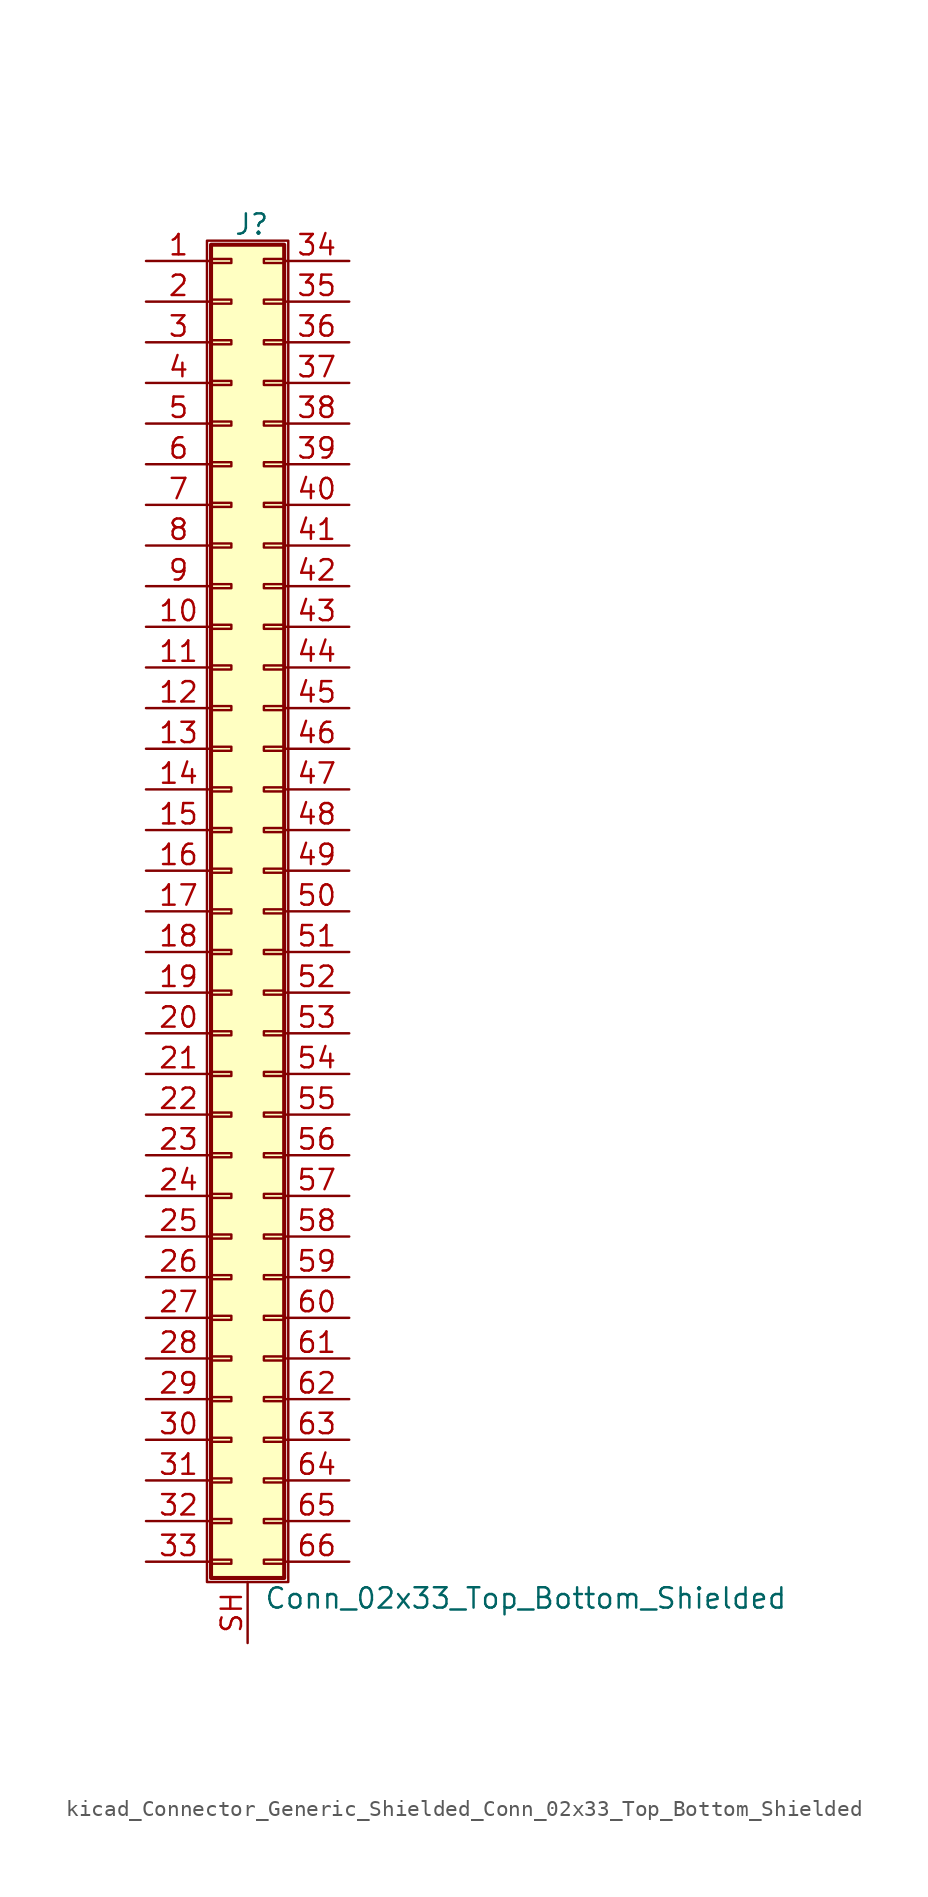
<source format=kicad_sym>
(kicad_symbol_lib
  (version 20220914)
  (generator kicad_symbol_editor)
  (symbol "kicad_Connector_Generic_Shielded_Conn_02x33_Top_Bottom_Shielded"
    (pin_names
      (offset 1.016) hide)
    (property "Reference" "J"
      (at 1.524 42.926 0)
      (effects (font (size 1.27 1.27))))
    (property "Value" "Conn_02x33_Top_Bottom_Shielded"
      (at 2.286 -42.926 0)
      (effects (font (size 1.27 1.27)) (justify left)))
    (symbol "kicad_Connector_Generic_Shielded_Conn_02x33_Top_Bottom_Shielded_1_1"
      (rectangle (start -1.27 41.91) (end 3.81 -41.91) (stroke (width 0.152) (type default)) (fill (type none)))
      (rectangle (start -1.016 -40.513) (end 0.254 -40.767) (stroke (width 0.152) (type default)) (fill (type none)))
      (rectangle (start -1.016 -37.973) (end 0.254 -38.227) (stroke (width 0.152) (type default)) (fill (type none)))
      (rectangle (start -1.016 -35.433) (end 0.254 -35.687) (stroke (width 0.152) (type default)) (fill (type none)))
      (rectangle (start -1.016 -32.893) (end 0.254 -33.147) (stroke (width 0.152) (type default)) (fill (type none)))
      (rectangle (start -1.016 -30.353) (end 0.254 -30.607) (stroke (width 0.152) (type default)) (fill (type none)))
      (rectangle (start -1.016 -27.813) (end 0.254 -28.067) (stroke (width 0.152) (type default)) (fill (type none)))
      (rectangle (start -1.016 -25.273) (end 0.254 -25.527) (stroke (width 0.152) (type default)) (fill (type none)))
      (rectangle (start -1.016 -22.733) (end 0.254 -22.987) (stroke (width 0.152) (type default)) (fill (type none)))
      (rectangle (start -1.016 -20.193) (end 0.254 -20.447) (stroke (width 0.152) (type default)) (fill (type none)))
      (rectangle (start -1.016 -17.653) (end 0.254 -17.907) (stroke (width 0.152) (type default)) (fill (type none)))
      (rectangle (start -1.016 -15.113) (end 0.254 -15.367) (stroke (width 0.152) (type default)) (fill (type none)))
      (rectangle (start -1.016 -12.573) (end 0.254 -12.827) (stroke (width 0.152) (type default)) (fill (type none)))
      (rectangle (start -1.016 -10.033) (end 0.254 -10.287) (stroke (width 0.152) (type default)) (fill (type none)))
      (rectangle (start -1.016 -7.493) (end 0.254 -7.747) (stroke (width 0.152) (type default)) (fill (type none)))
      (rectangle (start -1.016 -4.953) (end 0.254 -5.207) (stroke (width 0.152) (type default)) (fill (type none)))
      (rectangle (start -1.016 -2.413) (end 0.254 -2.667) (stroke (width 0.152) (type default)) (fill (type none)))
      (rectangle (start -1.016 0.127) (end 0.254 -0.127) (stroke (width 0.152) (type default)) (fill (type none)))
      (rectangle (start -1.016 2.667) (end 0.254 2.413) (stroke (width 0.152) (type default)) (fill (type none)))
      (rectangle (start -1.016 5.207) (end 0.254 4.953) (stroke (width 0.152) (type default)) (fill (type none)))
      (rectangle (start -1.016 7.747) (end 0.254 7.493) (stroke (width 0.152) (type default)) (fill (type none)))
      (rectangle (start -1.016 10.287) (end 0.254 10.033) (stroke (width 0.152) (type default)) (fill (type none)))
      (rectangle (start -1.016 12.827) (end 0.254 12.573) (stroke (width 0.152) (type default)) (fill (type none)))
      (rectangle (start -1.016 15.367) (end 0.254 15.113) (stroke (width 0.152) (type default)) (fill (type none)))
      (rectangle (start -1.016 17.907) (end 0.254 17.653) (stroke (width 0.152) (type default)) (fill (type none)))
      (rectangle (start -1.016 20.447) (end 0.254 20.193) (stroke (width 0.152) (type default)) (fill (type none)))
      (rectangle (start -1.016 22.987) (end 0.254 22.733) (stroke (width 0.152) (type default)) (fill (type none)))
      (rectangle (start -1.016 25.527) (end 0.254 25.273) (stroke (width 0.152) (type default)) (fill (type none)))
      (rectangle (start -1.016 28.067) (end 0.254 27.813) (stroke (width 0.152) (type default)) (fill (type none)))
      (rectangle (start -1.016 30.607) (end 0.254 30.353) (stroke (width 0.152) (type default)) (fill (type none)))
      (rectangle (start -1.016 33.147) (end 0.254 32.893) (stroke (width 0.152) (type default)) (fill (type none)))
      (rectangle (start -1.016 35.687) (end 0.254 35.433) (stroke (width 0.152) (type default)) (fill (type none)))
      (rectangle (start -1.016 38.227) (end 0.254 37.973) (stroke (width 0.152) (type default)) (fill (type none)))
      (rectangle (start -1.016 40.767) (end 0.254 40.513) (stroke (width 0.152) (type default)) (fill (type none)))
      (rectangle (start -1.016 41.656) (end 3.556 -41.656) (stroke (width 0.254) (type default)) (fill (type background)))
      (rectangle (start 3.556 -40.513) (end 2.286 -40.767) (stroke (width 0.152) (type default)) (fill (type none)))
      (rectangle (start 3.556 -37.973) (end 2.286 -38.227) (stroke (width 0.152) (type default)) (fill (type none)))
      (rectangle (start 3.556 -35.433) (end 2.286 -35.687) (stroke (width 0.152) (type default)) (fill (type none)))
      (rectangle (start 3.556 -32.893) (end 2.286 -33.147) (stroke (width 0.152) (type default)) (fill (type none)))
      (rectangle (start 3.556 -30.353) (end 2.286 -30.607) (stroke (width 0.152) (type default)) (fill (type none)))
      (rectangle (start 3.556 -27.813) (end 2.286 -28.067) (stroke (width 0.152) (type default)) (fill (type none)))
      (rectangle (start 3.556 -25.273) (end 2.286 -25.527) (stroke (width 0.152) (type default)) (fill (type none)))
      (rectangle (start 3.556 -22.733) (end 2.286 -22.987) (stroke (width 0.152) (type default)) (fill (type none)))
      (rectangle (start 3.556 -20.193) (end 2.286 -20.447) (stroke (width 0.152) (type default)) (fill (type none)))
      (rectangle (start 3.556 -17.653) (end 2.286 -17.907) (stroke (width 0.152) (type default)) (fill (type none)))
      (rectangle (start 3.556 -15.113) (end 2.286 -15.367) (stroke (width 0.152) (type default)) (fill (type none)))
      (rectangle (start 3.556 -12.573) (end 2.286 -12.827) (stroke (width 0.152) (type default)) (fill (type none)))
      (rectangle (start 3.556 -10.033) (end 2.286 -10.287) (stroke (width 0.152) (type default)) (fill (type none)))
      (rectangle (start 3.556 -7.493) (end 2.286 -7.747) (stroke (width 0.152) (type default)) (fill (type none)))
      (rectangle (start 3.556 -4.953) (end 2.286 -5.207) (stroke (width 0.152) (type default)) (fill (type none)))
      (rectangle (start 3.556 -2.413) (end 2.286 -2.667) (stroke (width 0.152) (type default)) (fill (type none)))
      (rectangle (start 3.556 0.127) (end 2.286 -0.127) (stroke (width 0.152) (type default)) (fill (type none)))
      (rectangle (start 3.556 2.667) (end 2.286 2.413) (stroke (width 0.152) (type default)) (fill (type none)))
      (rectangle (start 3.556 5.207) (end 2.286 4.953) (stroke (width 0.152) (type default)) (fill (type none)))
      (rectangle (start 3.556 7.747) (end 2.286 7.493) (stroke (width 0.152) (type default)) (fill (type none)))
      (rectangle (start 3.556 10.287) (end 2.286 10.033) (stroke (width 0.152) (type default)) (fill (type none)))
      (rectangle (start 3.556 12.827) (end 2.286 12.573) (stroke (width 0.152) (type default)) (fill (type none)))
      (rectangle (start 3.556 15.367) (end 2.286 15.113) (stroke (width 0.152) (type default)) (fill (type none)))
      (rectangle (start 3.556 17.907) (end 2.286 17.653) (stroke (width 0.152) (type default)) (fill (type none)))
      (rectangle (start 3.556 20.447) (end 2.286 20.193) (stroke (width 0.152) (type default)) (fill (type none)))
      (rectangle (start 3.556 22.987) (end 2.286 22.733) (stroke (width 0.152) (type default)) (fill (type none)))
      (rectangle (start 3.556 25.527) (end 2.286 25.273) (stroke (width 0.152) (type default)) (fill (type none)))
      (rectangle (start 3.556 28.067) (end 2.286 27.813) (stroke (width 0.152) (type default)) (fill (type none)))
      (rectangle (start 3.556 30.607) (end 2.286 30.353) (stroke (width 0.152) (type default)) (fill (type none)))
      (rectangle (start 3.556 33.147) (end 2.286 32.893) (stroke (width 0.152) (type default)) (fill (type none)))
      (rectangle (start 3.556 35.687) (end 2.286 35.433) (stroke (width 0.152) (type default)) (fill (type none)))
      (rectangle (start 3.556 38.227) (end 2.286 37.973) (stroke (width 0.152) (type default)) (fill (type none)))
      (rectangle (start 3.556 40.767) (end 2.286 40.513) (stroke (width 0.152) (type default)) (fill (type none)))
      (pin passive line (at -5.08 40.64 0) (length 4.064) (name "Pin_1" (effects (font (size 1.27 1.27)))) (number "1" (effects (font (size 1.27 1.27)))))
      (pin passive line (at -5.08 17.78 0) (length 4.064) (name "Pin_10" (effects (font (size 1.27 1.27)))) (number "10" (effects (font (size 1.27 1.27)))))
      (pin passive line (at -5.08 15.24 0) (length 4.064) (name "Pin_11" (effects (font (size 1.27 1.27)))) (number "11" (effects (font (size 1.27 1.27)))))
      (pin passive line (at -5.08 12.7 0) (length 4.064) (name "Pin_12" (effects (font (size 1.27 1.27)))) (number "12" (effects (font (size 1.27 1.27)))))
      (pin passive line (at -5.08 10.16 0) (length 4.064) (name "Pin_13" (effects (font (size 1.27 1.27)))) (number "13" (effects (font (size 1.27 1.27)))))
      (pin passive line (at -5.08 7.62 0) (length 4.064) (name "Pin_14" (effects (font (size 1.27 1.27)))) (number "14" (effects (font (size 1.27 1.27)))))
      (pin passive line (at -5.08 5.08 0) (length 4.064) (name "Pin_15" (effects (font (size 1.27 1.27)))) (number "15" (effects (font (size 1.27 1.27)))))
      (pin passive line (at -5.08 2.54 0) (length 4.064) (name "Pin_16" (effects (font (size 1.27 1.27)))) (number "16" (effects (font (size 1.27 1.27)))))
      (pin passive line (at -5.08 0 0) (length 4.064) (name "Pin_17" (effects (font (size 1.27 1.27)))) (number "17" (effects (font (size 1.27 1.27)))))
      (pin passive line (at -5.08 -2.54 0) (length 4.064) (name "Pin_18" (effects (font (size 1.27 1.27)))) (number "18" (effects (font (size 1.27 1.27)))))
      (pin passive line (at -5.08 -5.08 0) (length 4.064) (name "Pin_19" (effects (font (size 1.27 1.27)))) (number "19" (effects (font (size 1.27 1.27)))))
      (pin passive line (at -5.08 38.1 0) (length 4.064) (name "Pin_2" (effects (font (size 1.27 1.27)))) (number "2" (effects (font (size 1.27 1.27)))))
      (pin passive line (at -5.08 -7.62 0) (length 4.064) (name "Pin_20" (effects (font (size 1.27 1.27)))) (number "20" (effects (font (size 1.27 1.27)))))
      (pin passive line (at -5.08 -10.16 0) (length 4.064) (name "Pin_21" (effects (font (size 1.27 1.27)))) (number "21" (effects (font (size 1.27 1.27)))))
      (pin passive line (at -5.08 -12.7 0) (length 4.064) (name "Pin_22" (effects (font (size 1.27 1.27)))) (number "22" (effects (font (size 1.27 1.27)))))
      (pin passive line (at -5.08 -15.24 0) (length 4.064) (name "Pin_23" (effects (font (size 1.27 1.27)))) (number "23" (effects (font (size 1.27 1.27)))))
      (pin passive line (at -5.08 -17.78 0) (length 4.064) (name "Pin_24" (effects (font (size 1.27 1.27)))) (number "24" (effects (font (size 1.27 1.27)))))
      (pin passive line (at -5.08 -20.32 0) (length 4.064) (name "Pin_25" (effects (font (size 1.27 1.27)))) (number "25" (effects (font (size 1.27 1.27)))))
      (pin passive line (at -5.08 -22.86 0) (length 4.064) (name "Pin_26" (effects (font (size 1.27 1.27)))) (number "26" (effects (font (size 1.27 1.27)))))
      (pin passive line (at -5.08 -25.4 0) (length 4.064) (name "Pin_27" (effects (font (size 1.27 1.27)))) (number "27" (effects (font (size 1.27 1.27)))))
      (pin passive line (at -5.08 -27.94 0) (length 4.064) (name "Pin_28" (effects (font (size 1.27 1.27)))) (number "28" (effects (font (size 1.27 1.27)))))
      (pin passive line (at -5.08 -30.48 0) (length 4.064) (name "Pin_29" (effects (font (size 1.27 1.27)))) (number "29" (effects (font (size 1.27 1.27)))))
      (pin passive line (at -5.08 35.56 0) (length 4.064) (name "Pin_3" (effects (font (size 1.27 1.27)))) (number "3" (effects (font (size 1.27 1.27)))))
      (pin passive line (at -5.08 -33.02 0) (length 4.064) (name "Pin_30" (effects (font (size 1.27 1.27)))) (number "30" (effects (font (size 1.27 1.27)))))
      (pin passive line (at -5.08 -35.56 0) (length 4.064) (name "Pin_31" (effects (font (size 1.27 1.27)))) (number "31" (effects (font (size 1.27 1.27)))))
      (pin passive line (at -5.08 -38.1 0) (length 4.064) (name "Pin_32" (effects (font (size 1.27 1.27)))) (number "32" (effects (font (size 1.27 1.27)))))
      (pin passive line (at -5.08 -40.64 0) (length 4.064) (name "Pin_33" (effects (font (size 1.27 1.27)))) (number "33" (effects (font (size 1.27 1.27)))))
      (pin passive line (at 7.62 40.64 180) (length 4.064) (name "Pin_34" (effects (font (size 1.27 1.27)))) (number "34" (effects (font (size 1.27 1.27)))))
      (pin passive line (at 7.62 38.1 180) (length 4.064) (name "Pin_35" (effects (font (size 1.27 1.27)))) (number "35" (effects (font (size 1.27 1.27)))))
      (pin passive line (at 7.62 35.56 180) (length 4.064) (name "Pin_36" (effects (font (size 1.27 1.27)))) (number "36" (effects (font (size 1.27 1.27)))))
      (pin passive line (at 7.62 33.02 180) (length 4.064) (name "Pin_37" (effects (font (size 1.27 1.27)))) (number "37" (effects (font (size 1.27 1.27)))))
      (pin passive line (at 7.62 30.48 180) (length 4.064) (name "Pin_38" (effects (font (size 1.27 1.27)))) (number "38" (effects (font (size 1.27 1.27)))))
      (pin passive line (at 7.62 27.94 180) (length 4.064) (name "Pin_39" (effects (font (size 1.27 1.27)))) (number "39" (effects (font (size 1.27 1.27)))))
      (pin passive line (at -5.08 33.02 0) (length 4.064) (name "Pin_4" (effects (font (size 1.27 1.27)))) (number "4" (effects (font (size 1.27 1.27)))))
      (pin passive line (at 7.62 25.4 180) (length 4.064) (name "Pin_40" (effects (font (size 1.27 1.27)))) (number "40" (effects (font (size 1.27 1.27)))))
      (pin passive line (at 7.62 22.86 180) (length 4.064) (name "Pin_41" (effects (font (size 1.27 1.27)))) (number "41" (effects (font (size 1.27 1.27)))))
      (pin passive line (at 7.62 20.32 180) (length 4.064) (name "Pin_42" (effects (font (size 1.27 1.27)))) (number "42" (effects (font (size 1.27 1.27)))))
      (pin passive line (at 7.62 17.78 180) (length 4.064) (name "Pin_43" (effects (font (size 1.27 1.27)))) (number "43" (effects (font (size 1.27 1.27)))))
      (pin passive line (at 7.62 15.24 180) (length 4.064) (name "Pin_44" (effects (font (size 1.27 1.27)))) (number "44" (effects (font (size 1.27 1.27)))))
      (pin passive line (at 7.62 12.7 180) (length 4.064) (name "Pin_45" (effects (font (size 1.27 1.27)))) (number "45" (effects (font (size 1.27 1.27)))))
      (pin passive line (at 7.62 10.16 180) (length 4.064) (name "Pin_46" (effects (font (size 1.27 1.27)))) (number "46" (effects (font (size 1.27 1.27)))))
      (pin passive line (at 7.62 7.62 180) (length 4.064) (name "Pin_47" (effects (font (size 1.27 1.27)))) (number "47" (effects (font (size 1.27 1.27)))))
      (pin passive line (at 7.62 5.08 180) (length 4.064) (name "Pin_48" (effects (font (size 1.27 1.27)))) (number "48" (effects (font (size 1.27 1.27)))))
      (pin passive line (at 7.62 2.54 180) (length 4.064) (name "Pin_49" (effects (font (size 1.27 1.27)))) (number "49" (effects (font (size 1.27 1.27)))))
      (pin passive line (at -5.08 30.48 0) (length 4.064) (name "Pin_5" (effects (font (size 1.27 1.27)))) (number "5" (effects (font (size 1.27 1.27)))))
      (pin passive line (at 7.62 0 180) (length 4.064) (name "Pin_50" (effects (font (size 1.27 1.27)))) (number "50" (effects (font (size 1.27 1.27)))))
      (pin passive line (at 7.62 -2.54 180) (length 4.064) (name "Pin_51" (effects (font (size 1.27 1.27)))) (number "51" (effects (font (size 1.27 1.27)))))
      (pin passive line (at 7.62 -5.08 180) (length 4.064) (name "Pin_52" (effects (font (size 1.27 1.27)))) (number "52" (effects (font (size 1.27 1.27)))))
      (pin passive line (at 7.62 -7.62 180) (length 4.064) (name "Pin_53" (effects (font (size 1.27 1.27)))) (number "53" (effects (font (size 1.27 1.27)))))
      (pin passive line (at 7.62 -10.16 180) (length 4.064) (name "Pin_54" (effects (font (size 1.27 1.27)))) (number "54" (effects (font (size 1.27 1.27)))))
      (pin passive line (at 7.62 -12.7 180) (length 4.064) (name "Pin_55" (effects (font (size 1.27 1.27)))) (number "55" (effects (font (size 1.27 1.27)))))
      (pin passive line (at 7.62 -15.24 180) (length 4.064) (name "Pin_56" (effects (font (size 1.27 1.27)))) (number "56" (effects (font (size 1.27 1.27)))))
      (pin passive line (at 7.62 -17.78 180) (length 4.064) (name "Pin_57" (effects (font (size 1.27 1.27)))) (number "57" (effects (font (size 1.27 1.27)))))
      (pin passive line (at 7.62 -20.32 180) (length 4.064) (name "Pin_58" (effects (font (size 1.27 1.27)))) (number "58" (effects (font (size 1.27 1.27)))))
      (pin passive line (at 7.62 -22.86 180) (length 4.064) (name "Pin_59" (effects (font (size 1.27 1.27)))) (number "59" (effects (font (size 1.27 1.27)))))
      (pin passive line (at -5.08 27.94 0) (length 4.064) (name "Pin_6" (effects (font (size 1.27 1.27)))) (number "6" (effects (font (size 1.27 1.27)))))
      (pin passive line (at 7.62 -25.4 180) (length 4.064) (name "Pin_60" (effects (font (size 1.27 1.27)))) (number "60" (effects (font (size 1.27 1.27)))))
      (pin passive line (at 7.62 -27.94 180) (length 4.064) (name "Pin_61" (effects (font (size 1.27 1.27)))) (number "61" (effects (font (size 1.27 1.27)))))
      (pin passive line (at 7.62 -30.48 180) (length 4.064) (name "Pin_62" (effects (font (size 1.27 1.27)))) (number "62" (effects (font (size 1.27 1.27)))))
      (pin passive line (at 7.62 -33.02 180) (length 4.064) (name "Pin_63" (effects (font (size 1.27 1.27)))) (number "63" (effects (font (size 1.27 1.27)))))
      (pin passive line (at 7.62 -35.56 180) (length 4.064) (name "Pin_64" (effects (font (size 1.27 1.27)))) (number "64" (effects (font (size 1.27 1.27)))))
      (pin passive line (at 7.62 -38.1 180) (length 4.064) (name "Pin_65" (effects (font (size 1.27 1.27)))) (number "65" (effects (font (size 1.27 1.27)))))
      (pin passive line (at 7.62 -40.64 180) (length 4.064) (name "Pin_66" (effects (font (size 1.27 1.27)))) (number "66" (effects (font (size 1.27 1.27)))))
      (pin passive line (at -5.08 25.4 0) (length 4.064) (name "Pin_7" (effects (font (size 1.27 1.27)))) (number "7" (effects (font (size 1.27 1.27)))))
      (pin passive line (at -5.08 22.86 0) (length 4.064) (name "Pin_8" (effects (font (size 1.27 1.27)))) (number "8" (effects (font (size 1.27 1.27)))))
      (pin passive line (at -5.08 20.32 0) (length 4.064) (name "Pin_9" (effects (font (size 1.27 1.27)))) (number "9" (effects (font (size 1.27 1.27)))))
      (pin passive line (at 1.27 -45.72 90) (length 3.81) (name "Shield" (effects (font (size 1.27 1.27)))) (number "SH" (effects (font (size 1.27 1.27))))))))
</source>
